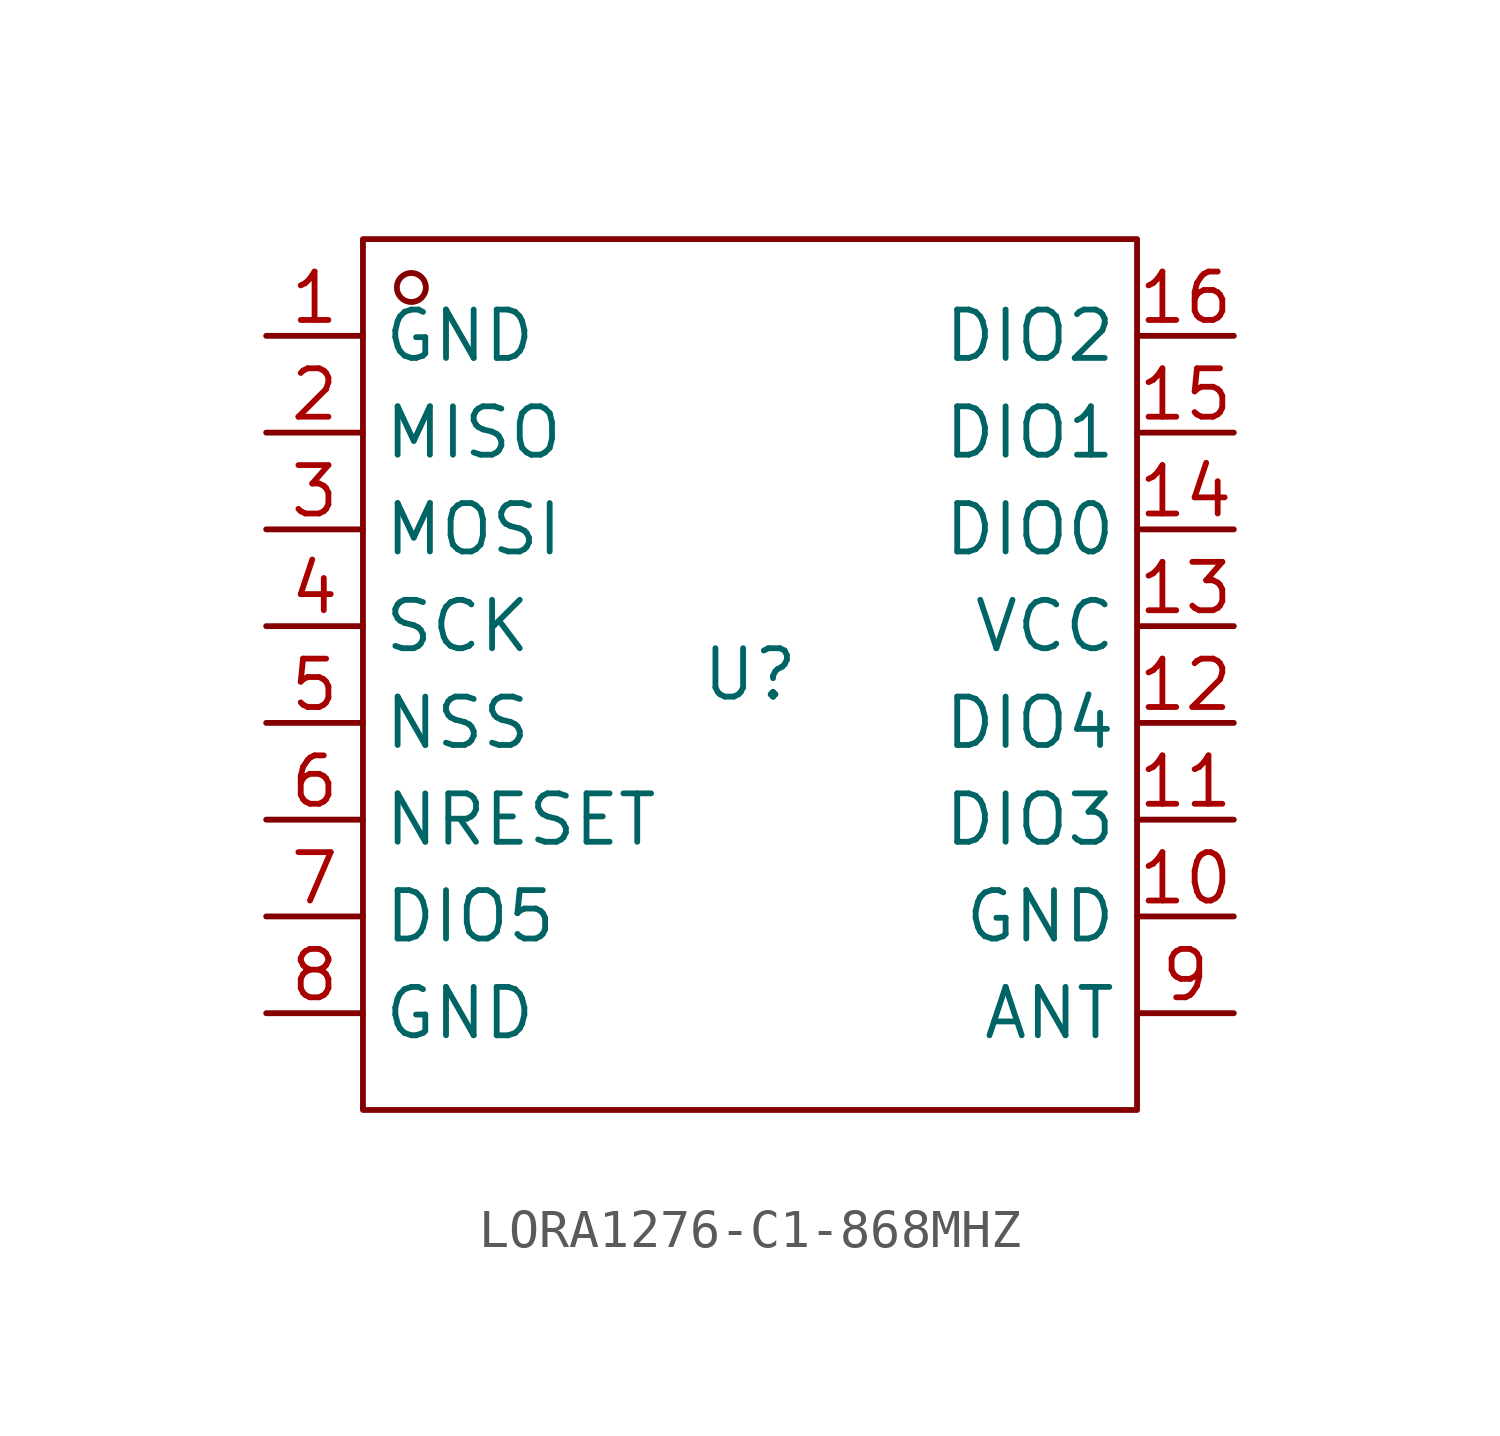
<source format=kicad_sym>
(kicad_symbol_lib
  (version 20241209)
  (generator "kicad_symbol_editor")
  (generator_version "9.0")
  (symbol "LORA1276-C1-868MHZ"
    (property "Reference" "U"
      (at 0 0 0)
      (effects (font (size 1.27 1.27))))
    (symbol "LORA1276-C1-868MHZ_1_0"
      (rectangle (start -10.16 -11.43) (end 10.16 11.43) (stroke (width 0) (type default)) (fill (type none)))
      (circle (center -8.89 10.16) (radius 0.381) (stroke (width 0) (type default)) (fill (type none)))
      (pin unspecified line (at -12.7 8.89 0) (length 2.54) (name "GND" (effects (font (size 1.27 1.27)))) (number "1" (effects (font (size 1.27 1.27)))))
      (pin unspecified line (at -12.7 6.35 0) (length 2.54) (name "MISO" (effects (font (size 1.27 1.27)))) (number "2" (effects (font (size 1.27 1.27)))))
      (pin unspecified line (at -12.7 3.81 0) (length 2.54) (name "MOSI" (effects (font (size 1.27 1.27)))) (number "3" (effects (font (size 1.27 1.27)))))
      (pin unspecified line (at -12.7 1.27 0) (length 2.54) (name "SCK" (effects (font (size 1.27 1.27)))) (number "4" (effects (font (size 1.27 1.27)))))
      (pin unspecified line (at -12.7 -1.27 0) (length 2.54) (name "NSS" (effects (font (size 1.27 1.27)))) (number "5" (effects (font (size 1.27 1.27)))))
      (pin unspecified line (at -12.7 -3.81 0) (length 2.54) (name "NRESET" (effects (font (size 1.27 1.27)))) (number "6" (effects (font (size 1.27 1.27)))))
      (pin unspecified line (at -12.7 -6.35 0) (length 2.54) (name "DIO5" (effects (font (size 1.27 1.27)))) (number "7" (effects (font (size 1.27 1.27)))))
      (pin unspecified line (at -12.7 -8.89 0) (length 2.54) (name "GND" (effects (font (size 1.27 1.27)))) (number "8" (effects (font (size 1.27 1.27)))))
      (pin unspecified line (at 12.7 8.89 180) (length 2.54) (name "DIO2" (effects (font (size 1.27 1.27)))) (number "16" (effects (font (size 1.27 1.27)))))
      (pin unspecified line (at 12.7 6.35 180) (length 2.54) (name "DIO1" (effects (font (size 1.27 1.27)))) (number "15" (effects (font (size 1.27 1.27)))))
      (pin unspecified line (at 12.7 3.81 180) (length 2.54) (name "DIO0" (effects (font (size 1.27 1.27)))) (number "14" (effects (font (size 1.27 1.27)))))
      (pin unspecified line (at 12.7 1.27 180) (length 2.54) (name "VCC" (effects (font (size 1.27 1.27)))) (number "13" (effects (font (size 1.27 1.27)))))
      (pin unspecified line (at 12.7 -1.27 180) (length 2.54) (name "DIO4" (effects (font (size 1.27 1.27)))) (number "12" (effects (font (size 1.27 1.27)))))
      (pin unspecified line (at 12.7 -3.81 180) (length 2.54) (name "DIO3" (effects (font (size 1.27 1.27)))) (number "11" (effects (font (size 1.27 1.27)))))
      (pin unspecified line (at 12.7 -6.35 180) (length 2.54) (name "GND" (effects (font (size 1.27 1.27)))) (number "10" (effects (font (size 1.27 1.27)))))
      (pin unspecified line (at 12.7 -8.89 180) (length 2.54) (name "ANT" (effects (font (size 1.27 1.27)))) (number "9" (effects (font (size 1.27 1.27))))))))
</source>
